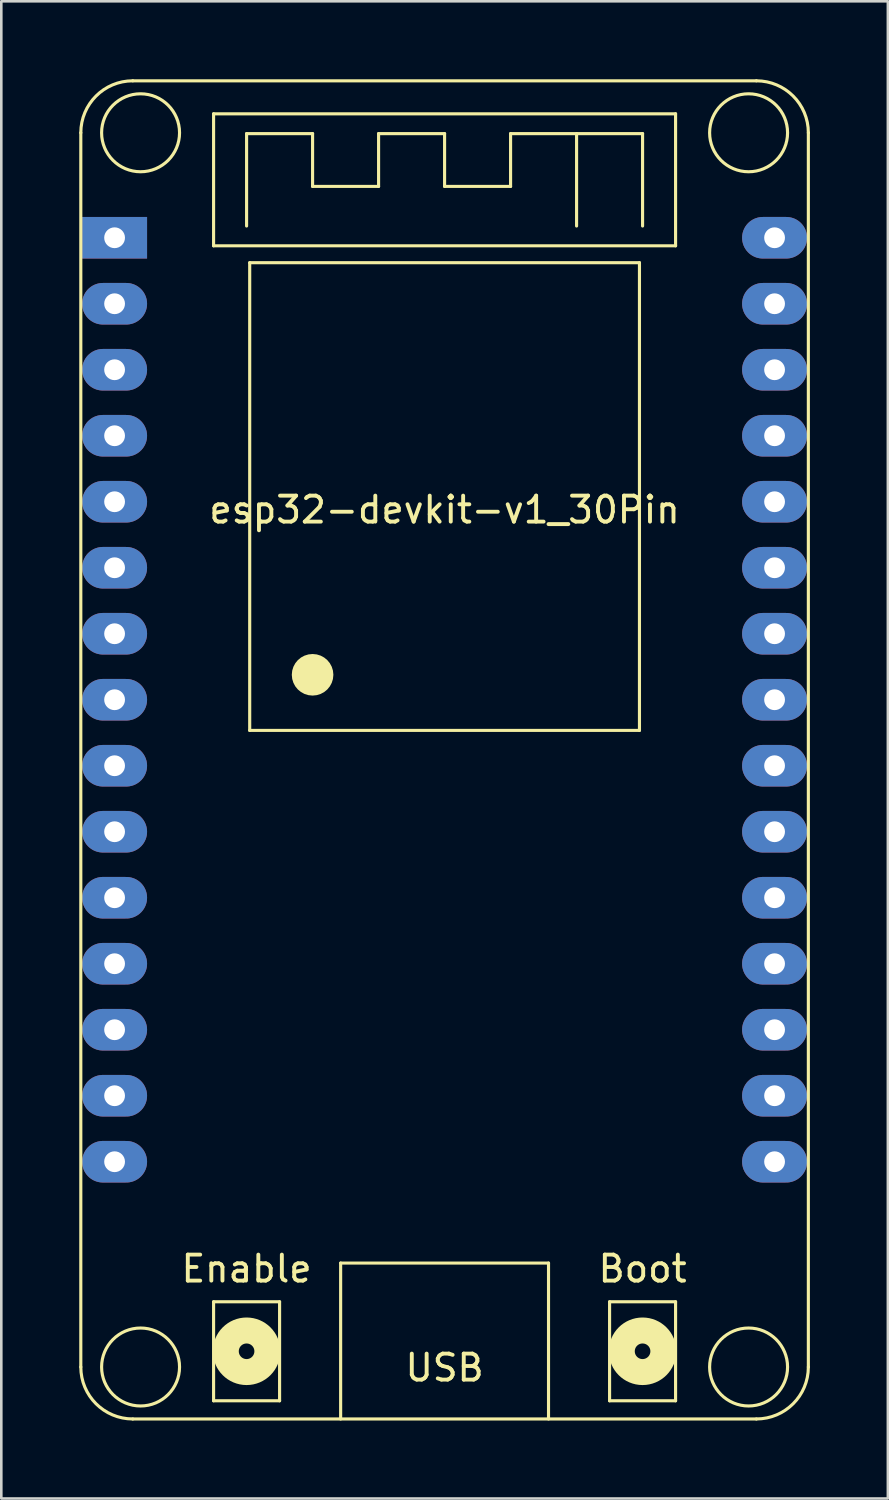
<source format=kicad_pcb>
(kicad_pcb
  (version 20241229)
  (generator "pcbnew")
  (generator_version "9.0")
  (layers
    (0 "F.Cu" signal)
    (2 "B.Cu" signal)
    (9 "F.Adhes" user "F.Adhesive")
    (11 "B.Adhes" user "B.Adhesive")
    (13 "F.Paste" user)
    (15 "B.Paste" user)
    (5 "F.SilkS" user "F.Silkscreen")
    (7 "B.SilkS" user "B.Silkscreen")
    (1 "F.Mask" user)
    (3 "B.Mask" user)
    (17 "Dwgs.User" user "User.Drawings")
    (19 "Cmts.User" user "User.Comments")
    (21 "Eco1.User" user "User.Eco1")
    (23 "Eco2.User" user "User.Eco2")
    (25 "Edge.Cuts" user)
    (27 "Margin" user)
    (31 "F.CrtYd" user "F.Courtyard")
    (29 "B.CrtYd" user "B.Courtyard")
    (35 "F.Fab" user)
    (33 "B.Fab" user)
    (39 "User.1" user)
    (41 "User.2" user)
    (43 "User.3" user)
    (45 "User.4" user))
  (footprint "esp32-devkit-v1_30Pin"
    (layer "F.Cu")
    (at 14.06 6.1)
    (property "Reference" "esp32-devkit-v1_30Pin" (at 0 10.47 0) (layer "F.SilkS") (effects (font (size 1 1) (thickness 0.15))))
    (attr smd)
    (fp_line (start -14 -4.04) (end -14 43.46) (stroke (width 0.12) (type solid)) (layer "F.SilkS"))
    (fp_line (start -12 -6.04) (end 12 -6.04) (stroke (width 0.12) (type solid)) (layer "F.SilkS"))
    (fp_line (start -12 45.46) (end 12 45.46) (stroke (width 0.12) (type solid)) (layer "F.SilkS"))
    (fp_line (start -8.89 -4.77) (end 8.89 -4.77) (stroke (width 0.12) (type solid)) (layer "F.SilkS"))
    (fp_line (start -8.89 0.31) (end -8.89 -4.77) (stroke (width 0.12) (type solid)) (layer "F.SilkS"))
    (fp_line (start -8.89 40.95) (end -6.35 40.95) (stroke (width 0.12) (type solid)) (layer "F.SilkS"))
    (fp_line (start -8.89 44.76) (end -8.89 40.95) (stroke (width 0.12) (type solid)) (layer "F.SilkS"))
    (fp_line (start -7.62 -4.008) (end -5.08 -4.008) (stroke (width 0.12) (type solid)) (layer "F.SilkS"))
    (fp_line (start -7.62 -0.452) (end -7.62 -4.008) (stroke (width 0.12) (type solid)) (layer "F.SilkS"))
    (fp_line (start -7.5 0.96) (end 7.5 0.96) (stroke (width 0.12) (type solid)) (layer "F.SilkS"))
    (fp_line (start -7.5 18.96) (end -7.5 0.96) (stroke (width 0.12) (type solid)) (layer "F.SilkS"))
    (fp_line (start -6.35 40.95) (end -6.35 44.76) (stroke (width 0.12) (type solid)) (layer "F.SilkS"))
    (fp_line (start -6.35 44.76) (end -8.89 44.76) (stroke (width 0.12) (type solid)) (layer "F.SilkS"))
    (fp_line (start -5.08 -4.008) (end -5.08 -1.976) (stroke (width 0.12) (type solid)) (layer "F.SilkS"))
    (fp_line (start -5.08 -1.976) (end -2.54 -1.976) (stroke (width 0.12) (type solid)) (layer "F.SilkS"))
    (fp_line (start -4 39.46) (end -4 45.46) (stroke (width 0.12) (type solid)) (layer "F.SilkS"))
    (fp_line (start -4 39.46) (end 4 39.46) (stroke (width 0.12) (type solid)) (layer "F.SilkS"))
    (fp_line (start -2.54 -4.008) (end 0 -4.008) (stroke (width 0.12) (type solid)) (layer "F.SilkS"))
    (fp_line (start -2.54 -1.976) (end -2.54 -4.008) (stroke (width 0.12) (type solid)) (layer "F.SilkS"))
    (fp_line (start 0 -4.008) (end 0 -1.976) (stroke (width 0.12) (type solid)) (layer "F.SilkS"))
    (fp_line (start 0 -1.976) (end 2.54 -1.976) (stroke (width 0.12) (type solid)) (layer "F.SilkS"))
    (fp_line (start 2.54 -4.008) (end 7.62 -4.008) (stroke (width 0.12) (type solid)) (layer "F.SilkS"))
    (fp_line (start 2.54 -1.976) (end 2.54 -4.008) (stroke (width 0.12) (type solid)) (layer "F.SilkS"))
    (fp_line (start 4 39.46) (end 4 45.46) (stroke (width 0.12) (type solid)) (layer "F.SilkS"))
    (fp_line (start 5.08 -4.008) (end 5.08 -0.452) (stroke (width 0.12) (type solid)) (layer "F.SilkS"))
    (fp_line (start 6.35 40.95) (end 8.89 40.95) (stroke (width 0.12) (type solid)) (layer "F.SilkS"))
    (fp_line (start 6.35 44.76) (end 6.35 40.95) (stroke (width 0.12) (type solid)) (layer "F.SilkS"))
    (fp_line (start 7.5 0.96) (end 7.5 18.96) (stroke (width 0.12) (type solid)) (layer "F.SilkS"))
    (fp_line (start 7.5 18.96) (end -7.5 18.96) (stroke (width 0.12) (type solid)) (layer "F.SilkS"))
    (fp_line (start 7.62 -4.008) (end 7.62 -0.452) (stroke (width 0.12) (type solid)) (layer "F.SilkS"))
    (fp_line (start 8.89 -4.77) (end 8.89 0.31) (stroke (width 0.12) (type solid)) (layer "F.SilkS"))
    (fp_line (start 8.89 0.31) (end -8.89 0.31) (stroke (width 0.12) (type solid)) (layer "F.SilkS"))
    (fp_line (start 8.89 40.95) (end 8.89 44.76) (stroke (width 0.12) (type solid)) (layer "F.SilkS"))
    (fp_line (start 8.89 44.76) (end 6.35 44.76) (stroke (width 0.12) (type solid)) (layer "F.SilkS"))
    (fp_line (start 14 43.46) (end 14 -4.04) (stroke (width 0.12) (type solid)) (layer "F.SilkS"))
    (fp_arc (start -14 -4.04) (mid -13.414214 -5.454214) (end -12 -6.04) (stroke (width 0.12) (type solid)) (layer "F.SilkS"))
    (fp_arc (start -12 45.46) (mid -13.414214 44.874214) (end -14 43.46) (stroke (width 0.12) (type solid)) (layer "F.SilkS"))
    (fp_arc (start 12 -6.04) (mid 13.414214 -5.454214) (end 14 -4.04) (stroke (width 0.12) (type solid)) (layer "F.SilkS"))
    (fp_arc (start 14 43.46) (mid 13.414214 44.874214) (end 12 45.46) (stroke (width 0.12) (type solid)) (layer "F.SilkS"))
    (fp_circle (center -11.7 -4.04) (end -10.2 -4.04) (stroke (width 0.12) (type solid)) (fill no) (layer "F.SilkS"))
    (fp_circle (center -11.7 43.46) (end -10.2 43.46) (stroke (width 0.12) (type solid)) (fill no) (layer "F.SilkS"))
    (fp_circle (center -7.62 42.855) (end -7.32 42.855) (stroke (width 1) (type solid)) (fill no) (layer "F.SilkS"))
    (fp_circle (center -5.08 16.82) (end -4.68 16.82) (stroke (width 0.8) (type solid)) (fill no) (layer "F.SilkS"))
    (fp_circle (center 7.62 42.855) (end 7.92 42.855) (stroke (width 1) (type solid)) (fill no) (layer "F.SilkS"))
    (fp_circle (center 11.7 -4.04) (end 13.2 -4.04) (stroke (width 0.12) (type solid)) (fill no) (layer "F.SilkS"))
    (fp_circle (center 11.7 43.46) (end 13.2 43.46) (stroke (width 0.12) (type solid)) (fill no) (layer "F.SilkS"))
    (fp_text user "USB" (at 0 43.49 0) (layer "F.SilkS") (effects (font (size 1 1) (thickness 0.15))))
    (fp_text user "Boot" (at 7.62 39.68 0) (layer "F.SilkS") (effects (font (size 1 1) (thickness 0.15))))
    (fp_text user "Enable" (at -7.62 39.68 0) (layer "F.SilkS") (effects (font (size 1 1) (thickness 0.15))))
    (pad "1" thru_hole rect (at -12.7 0) (size 2.5 1.6) (drill 0.8) (layers "*.Cu" "*.Mask"))
    (pad "2" thru_hole oval (at -12.7 2.54) (size 2.5 1.6) (drill 0.8) (layers "*.Cu" "*.Mask"))
    (pad "3" thru_hole oval (at -12.7 5.08) (size 2.5 1.6) (drill 0.8) (layers "*.Cu" "*.Mask"))
    (pad "4" thru_hole oval (at -12.7 7.62) (size 2.5 1.6) (drill 0.8) (layers "*.Cu" "*.Mask"))
    (pad "5" thru_hole oval (at -12.7 10.16) (size 2.5 1.6) (drill 0.8) (layers "*.Cu" "*.Mask"))
    (pad "6" thru_hole oval (at -12.7 12.7) (size 2.5 1.6) (drill 0.8) (layers "*.Cu" "*.Mask"))
    (pad "7" thru_hole oval (at -12.7 15.24) (size 2.5 1.6) (drill 0.8) (layers "*.Cu" "*.Mask"))
    (pad "8" thru_hole oval (at -12.7 17.78) (size 2.5 1.6) (drill 0.8) (layers "*.Cu" "*.Mask"))
    (pad "9" thru_hole oval (at -12.7 20.32) (size 2.5 1.6) (drill 0.8) (layers "*.Cu" "*.Mask"))
    (pad "10" thru_hole oval (at -12.7 22.86) (size 2.5 1.6) (drill 0.8) (layers "*.Cu" "*.Mask"))
    (pad "11" thru_hole oval (at -12.7 25.4) (size 2.5 1.6) (drill 0.8) (layers "*.Cu" "*.Mask"))
    (pad "12" thru_hole oval (at -12.7 27.94) (size 2.5 1.6) (drill 0.8) (layers "*.Cu" "*.Mask"))
    (pad "13" thru_hole oval (at -12.7 30.48) (size 2.5 1.6) (drill 0.8) (layers "*.Cu" "*.Mask"))
    (pad "14" thru_hole oval (at -12.7 33.02) (size 2.5 1.6) (drill 0.8) (layers "*.Cu" "*.Mask"))
    (pad "15" thru_hole oval (at -12.7 35.56) (size 2.5 1.6) (drill 0.8) (layers "*.Cu" "*.Mask"))
    (pad "16" thru_hole oval (at 12.7 35.56) (size 2.5 1.6) (drill 0.8) (layers "*.Cu" "*.Mask"))
    (pad "17" thru_hole oval (at 12.7 33.02) (size 2.5 1.6) (drill 0.8) (layers "*.Cu" "*.Mask"))
    (pad "18" thru_hole oval (at 12.7 30.48) (size 2.5 1.6) (drill 0.8) (layers "*.Cu" "*.Mask"))
    (pad "19" thru_hole oval (at 12.7 27.94) (size 2.5 1.6) (drill 0.8) (layers "*.Cu" "*.Mask"))
    (pad "20" thru_hole oval (at 12.7 25.4) (size 2.5 1.6) (drill 0.8) (layers "*.Cu" "*.Mask"))
    (pad "21" thru_hole oval (at 12.7 22.86) (size 2.5 1.6) (drill 0.8) (layers "*.Cu" "*.Mask"))
    (pad "22" thru_hole oval (at 12.7 20.32) (size 2.5 1.6) (drill 0.8) (layers "*.Cu" "*.Mask"))
    (pad "23" thru_hole oval (at 12.7 17.78) (size 2.5 1.6) (drill 0.8) (layers "*.Cu" "*.Mask"))
    (pad "24" thru_hole oval (at 12.7 15.24) (size 2.5 1.6) (drill 0.8) (layers "*.Cu" "*.Mask"))
    (pad "25" thru_hole oval (at 12.7 12.7) (size 2.5 1.6) (drill 0.8) (layers "*.Cu" "*.Mask"))
    (pad "26" thru_hole oval (at 12.7 10.16) (size 2.5 1.6) (drill 0.8) (layers "*.Cu" "*.Mask"))
    (pad "27" thru_hole oval (at 12.7 7.62) (size 2.5 1.6) (drill 0.8) (layers "*.Cu" "*.Mask"))
    (pad "28" thru_hole oval (at 12.7 5.08) (size 2.5 1.6) (drill 0.8) (layers "*.Cu" "*.Mask"))
    (pad "29" thru_hole oval (at 12.7 2.54) (size 2.5 1.6) (drill 0.8) (layers "*.Cu" "*.Mask"))
    (pad "30" thru_hole oval (at 12.7 0) (size 2.5 1.6) (drill 0.8) (layers "*.Cu" "*.Mask")))
  (gr_rect
    (start -3 -3)
    (end 31.12 54.62)
    (stroke (width 0.1) (type default))
    (fill no)
    (layer "Edge.Cuts")))
</source>
